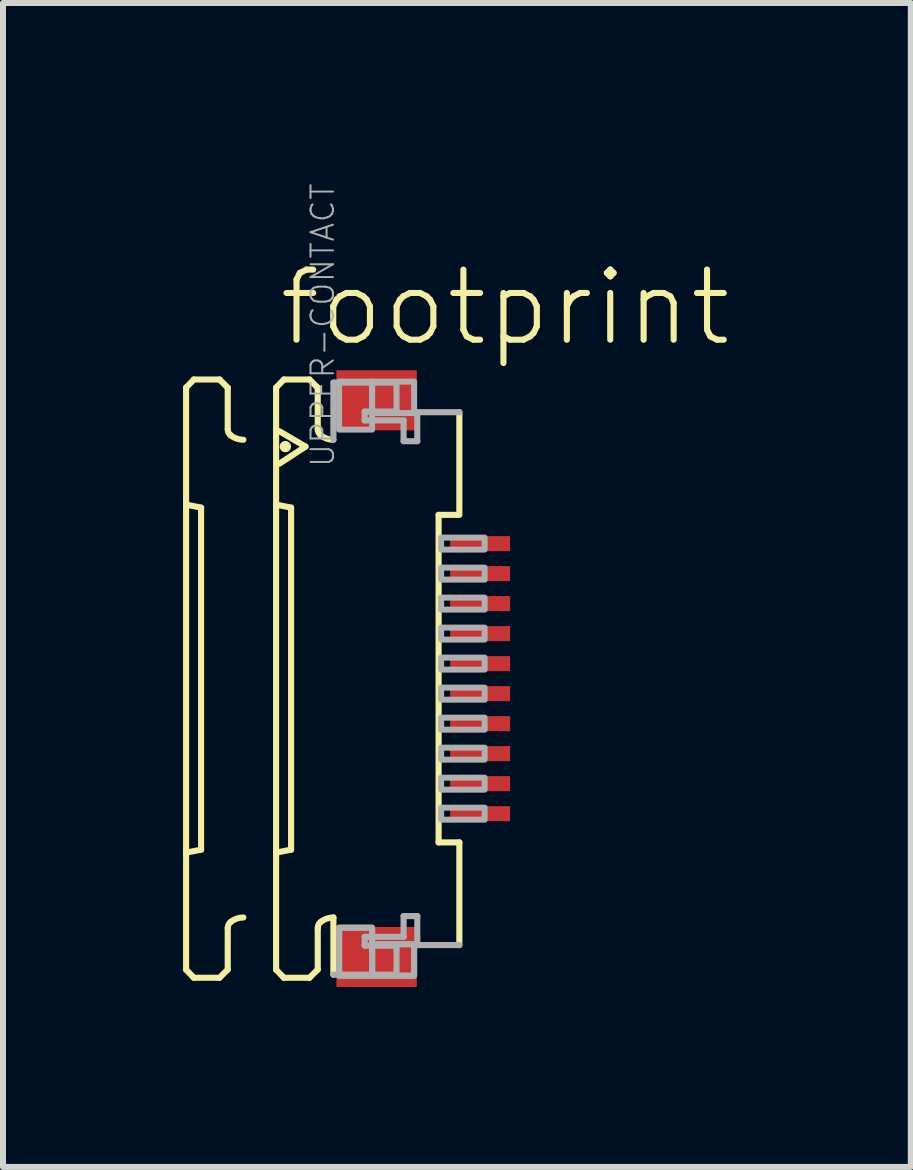
<source format=kicad_pcb>
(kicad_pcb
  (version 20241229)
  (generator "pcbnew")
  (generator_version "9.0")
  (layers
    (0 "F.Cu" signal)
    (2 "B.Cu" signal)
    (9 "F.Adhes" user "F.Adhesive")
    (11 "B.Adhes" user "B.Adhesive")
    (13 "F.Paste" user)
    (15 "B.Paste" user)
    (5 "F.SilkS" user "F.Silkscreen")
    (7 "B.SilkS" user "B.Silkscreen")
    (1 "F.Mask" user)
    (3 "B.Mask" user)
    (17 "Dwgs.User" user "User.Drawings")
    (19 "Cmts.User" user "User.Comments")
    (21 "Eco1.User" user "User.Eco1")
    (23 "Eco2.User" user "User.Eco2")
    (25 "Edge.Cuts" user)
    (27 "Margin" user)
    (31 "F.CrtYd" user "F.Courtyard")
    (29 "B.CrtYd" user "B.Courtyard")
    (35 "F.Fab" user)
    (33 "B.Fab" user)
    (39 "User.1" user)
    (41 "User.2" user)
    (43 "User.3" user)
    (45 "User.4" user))
  (footprint "footprint"
    (layer "F.Cu")
    (at 3.046 8.259)
    (property "Reference" "footprint" (at -1.5 -5.5 0) (layer "F.SilkS") (effects (font (size 1.168 1.168) (thickness 0.102)) (justify left bottom)))
    (fp_poly (pts (xy 1.355 -2.075) (xy 2.455 -2.075) (xy 2.455 -2.425) (xy 1.355 -2.425)) (stroke (width 0) (type solid)) (fill yes) (layer "F.Mask"))
    (fp_poly (pts (xy 1.355 -1.575) (xy 2.455 -1.575) (xy 2.455 -1.925) (xy 1.355 -1.925)) (stroke (width 0) (type solid)) (fill yes) (layer "F.Mask"))
    (fp_poly (pts (xy 1.355 -1.075) (xy 2.455 -1.075) (xy 2.455 -1.425) (xy 1.355 -1.425)) (stroke (width 0) (type solid)) (fill yes) (layer "F.Mask"))
    (fp_poly (pts (xy 1.355 -0.575) (xy 2.455 -0.575) (xy 2.455 -0.925) (xy 1.355 -0.925)) (stroke (width 0) (type solid)) (fill yes) (layer "F.Mask"))
    (fp_poly (pts (xy 1.355 -0.075) (xy 2.455 -0.075) (xy 2.455 -0.425) (xy 1.355 -0.425)) (stroke (width 0) (type solid)) (fill yes) (layer "F.Mask"))
    (fp_poly (pts (xy 1.355 0.425) (xy 2.455 0.425) (xy 2.455 0.075) (xy 1.355 0.075)) (stroke (width 0) (type solid)) (fill yes) (layer "F.Mask"))
    (fp_poly (pts (xy 1.355 0.925) (xy 2.455 0.925) (xy 2.455 0.575) (xy 1.355 0.575)) (stroke (width 0) (type solid)) (fill yes) (layer "F.Mask"))
    (fp_poly (pts (xy 1.355 1.425) (xy 2.455 1.425) (xy 2.455 1.075) (xy 1.355 1.075)) (stroke (width 0) (type solid)) (fill yes) (layer "F.Mask"))
    (fp_poly (pts (xy 1.355 1.925) (xy 2.455 1.925) (xy 2.455 1.575) (xy 1.355 1.575)) (stroke (width 0) (type solid)) (fill yes) (layer "F.Mask"))
    (fp_poly (pts (xy 1.355 2.425) (xy 2.455 2.425) (xy 2.455 2.075) (xy 1.355 2.075)) (stroke (width 0) (type solid)) (fill yes) (layer "F.Mask"))
    (fp_line (start -2.995 -4.85) (end -2.865 -4.985) (stroke (width 0.102) (type solid)) (layer "F.SilkS"))
    (fp_line (start -2.995 -2.9) (end -2.745 -2.85) (stroke (width 0.102) (type solid)) (layer "F.SilkS"))
    (fp_line (start -2.995 4.85) (end -2.995 -4.85) (stroke (width 0.102) (type solid)) (layer "F.SilkS"))
    (fp_line (start -2.995 4.85) (end -2.865 4.985) (stroke (width 0.102) (type solid)) (layer "F.SilkS"))
    (fp_line (start -2.865 -4.985) (end -2.438 -4.985) (stroke (width 0.102) (type solid)) (layer "F.SilkS"))
    (fp_line (start -2.865 4.985) (end -2.438 4.985) (stroke (width 0.102) (type solid)) (layer "F.SilkS"))
    (fp_line (start -2.745 2.85) (end -2.995 2.9) (stroke (width 0.102) (type solid)) (layer "F.SilkS"))
    (fp_line (start -2.745 2.85) (end -2.745 -2.85) (stroke (width 0.102) (type solid)) (layer "F.SilkS"))
    (fp_line (start -2.438 -4.985) (end -2.301 -4.848) (stroke (width 0.102) (type solid)) (layer "F.SilkS"))
    (fp_line (start -2.438 4.985) (end -2.301 4.848) (stroke (width 0.102) (type solid)) (layer "F.SilkS"))
    (fp_line (start -2.301 -4.848) (end -2.301 -4.156) (stroke (width 0.102) (type solid)) (layer "F.SilkS"))
    (fp_line (start -2.301 4.848) (end -2.301 4.156) (stroke (width 0.102) (type solid)) (layer "F.SilkS"))
    (fp_line (start -1.495 -4.85) (end -1.365 -4.985) (stroke (width 0.102) (type solid)) (layer "F.SilkS"))
    (fp_line (start -1.495 -2.9) (end -1.245 -2.85) (stroke (width 0.102) (type solid)) (layer "F.SilkS"))
    (fp_line (start -1.495 4.85) (end -1.495 -4.85) (stroke (width 0.102) (type solid)) (layer "F.SilkS"))
    (fp_line (start -1.495 4.85) (end -1.365 4.985) (stroke (width 0.102) (type solid)) (layer "F.SilkS"))
    (fp_line (start -1.441 -4.123) (end -1.005 -3.867) (stroke (width 0.102) (type solid)) (layer "F.SilkS"))
    (fp_line (start -1.365 -4.985) (end -0.939 -4.985) (stroke (width 0.102) (type solid)) (layer "F.SilkS"))
    (fp_line (start -1.365 4.985) (end -0.939 4.985) (stroke (width 0.102) (type solid)) (layer "F.SilkS"))
    (fp_line (start -1.245 2.85) (end -1.495 2.9) (stroke (width 0.102) (type solid)) (layer "F.SilkS"))
    (fp_line (start -1.245 2.85) (end -1.245 -2.85) (stroke (width 0.102) (type solid)) (layer "F.SilkS"))
    (fp_line (start -1.005 -3.867) (end -1.441 -3.582) (stroke (width 0.102) (type solid)) (layer "F.SilkS"))
    (fp_line (start -0.939 -4.985) (end -0.801 -4.848) (stroke (width 0.102) (type solid)) (layer "F.SilkS"))
    (fp_line (start -0.939 4.985) (end -0.801 4.848) (stroke (width 0.102) (type solid)) (layer "F.SilkS"))
    (fp_line (start -0.801 -4.848) (end -0.801 -4.156) (stroke (width 0.102) (type solid)) (layer "F.SilkS"))
    (fp_line (start -0.801 4.848) (end -0.801 4.156) (stroke (width 0.102) (type solid)) (layer "F.SilkS"))
    (fp_line (start -0.54 3.98) (end -0.54 4.933) (stroke (width 0.102) (type solid)) (layer "F.SilkS"))
    (fp_line (start 1.213 2.729) (end 1.213 -2.729) (stroke (width 0.102) (type solid)) (layer "F.SilkS"))
    (fp_line (start 1.538 -2.729) (end 1.213 -2.729) (stroke (width 0.102) (type solid)) (layer "F.SilkS"))
    (fp_line (start 1.559 -4.44) (end 1.559 -2.729) (stroke (width 0.102) (type solid)) (layer "F.SilkS"))
    (fp_line (start 1.559 2.729) (end 1.213 2.729) (stroke (width 0.102) (type solid)) (layer "F.SilkS"))
    (fp_line (start 1.559 4.44) (end 1.559 2.729) (stroke (width 0.102) (type solid)) (layer "F.SilkS"))
    (fp_arc (start -2.301 4.1557) (mid -2.288538 4.100596) (end -2.2536 4.056199) (stroke (width 0.1016) (type solid)) (layer "F.SilkS"))
    (fp_arc (start -2.2536 -4.056199) (mid -2.288538 -4.100596) (end -2.301 -4.1557) (stroke (width 0.1016) (type solid)) (layer "F.SilkS"))
    (fp_arc (start -2.2536 4.0562) (mid -2.153476 3.999935) (end -2.0403 3.980399) (stroke (width 0.1016) (type solid)) (layer "F.SilkS"))
    (fp_arc (start -2.0403 -3.980399) (mid -2.153476 -3.999935) (end -2.2536 -4.0562) (stroke (width 0.1016) (type solid)) (layer "F.SilkS"))
    (fp_arc (start -0.801 4.1557) (mid -0.788538 4.100596) (end -0.7536 4.056199) (stroke (width 0.1016) (type solid)) (layer "F.SilkS"))
    (fp_arc (start -0.7536 -4.056199) (mid -0.788538 -4.100596) (end -0.801 -4.1557) (stroke (width 0.1016) (type solid)) (layer "F.SilkS"))
    (fp_arc (start -0.7536 4.0562) (mid -0.653476 3.999935) (end -0.5403 3.980399) (stroke (width 0.1016) (type solid)) (layer "F.SilkS"))
    (fp_arc (start -0.5403 -3.980399) (mid -0.653476 -3.999935) (end -0.7536 -4.0562) (stroke (width 0.1016) (type solid)) (layer "F.SilkS"))
    (fp_circle (center -1.341 -3.867) (end -1.294 -3.867) (stroke (width 0.095) (type solid)) (fill yes) (layer "F.SilkS"))
    (fp_line (start -0.54 -4.933) (end 0.512 -4.933) (stroke (width 0.102) (type solid)) (layer "F.Fab"))
    (fp_line (start -0.54 -3.98) (end -0.54 -4.933) (stroke (width 0.102) (type solid)) (layer "F.Fab"))
    (fp_line (start -0.54 4.933) (end 0.512 4.933) (stroke (width 0.102) (type solid)) (layer "F.Fab"))
    (fp_line (start -0.019 -4.45) (end -0.019 -4.303) (stroke (width 0.102) (type solid)) (layer "F.Fab"))
    (fp_line (start -0.019 -4.303) (end 0.63 -4.303) (stroke (width 0.102) (type solid)) (layer "F.Fab"))
    (fp_line (start -0.019 4.303) (end 0.63 4.303) (stroke (width 0.102) (type solid)) (layer "F.Fab"))
    (fp_line (start -0.019 4.45) (end -0.019 4.303) (stroke (width 0.102) (type solid)) (layer "F.Fab"))
    (fp_line (start 0.512 -4.933) (end 0.512 -4.45) (stroke (width 0.102) (type solid)) (layer "F.Fab"))
    (fp_line (start 0.512 -4.45) (end -0.019 -4.45) (stroke (width 0.102) (type solid)) (layer "F.Fab"))
    (fp_line (start 0.512 4.45) (end -0.019 4.45) (stroke (width 0.102) (type solid)) (layer "F.Fab"))
    (fp_line (start 0.512 4.933) (end 0.512 4.45) (stroke (width 0.102) (type solid)) (layer "F.Fab"))
    (fp_line (start 0.63 -4.303) (end 0.63 -3.957) (stroke (width 0.102) (type solid)) (layer "F.Fab"))
    (fp_line (start 0.63 -3.957) (end 0.858 -3.957) (stroke (width 0.102) (type solid)) (layer "F.Fab"))
    (fp_line (start 0.63 3.957) (end 0.858 3.957) (stroke (width 0.102) (type solid)) (layer "F.Fab"))
    (fp_line (start 0.63 4.303) (end 0.63 3.957) (stroke (width 0.102) (type solid)) (layer "F.Fab"))
    (fp_line (start 0.858 -4.44) (end 1.559 -4.44) (stroke (width 0.102) (type solid)) (layer "F.Fab"))
    (fp_line (start 0.858 -3.957) (end 0.858 -4.44) (stroke (width 0.102) (type solid)) (layer "F.Fab"))
    (fp_line (start 0.858 3.957) (end 0.858 4.44) (stroke (width 0.102) (type solid)) (layer "F.Fab"))
    (fp_line (start 0.858 4.44) (end 1.559 4.44) (stroke (width 0.102) (type solid)) (layer "F.Fab"))
    (fp_poly (pts (xy -0.445 -4.15) (xy 0.105 -4.15) (xy 0.105 -4.95) (xy -0.445 -4.95)) (stroke (width 0.1) (type solid)) (fill no) (layer "F.Fab"))
    (fp_poly (pts (xy -0.445 4.95) (xy 0.105 4.95) (xy 0.105 4.15) (xy -0.445 4.15)) (stroke (width 0.1) (type solid)) (fill no) (layer "F.Fab"))
    (fp_poly (pts (xy -0.445 4.95) (xy 0.105 4.95) (xy 0.105 4.15) (xy -0.445 4.15)) (stroke (width 0.1) (type solid)) (fill no) (layer "F.Fab"))
    (fp_poly (pts (xy 0.105 -4.425) (xy 0.805 -4.425) (xy 0.805 -4.95) (xy 0.105 -4.95)) (stroke (width 0.1) (type solid)) (fill no) (layer "F.Fab"))
    (fp_poly (pts (xy 0.105 4.95) (xy 0.805 4.95) (xy 0.805 4.425) (xy 0.105 4.425)) (stroke (width 0.1) (type solid)) (fill no) (layer "F.Fab"))
    (fp_poly (pts (xy 0.105 4.95) (xy 0.805 4.95) (xy 0.805 4.425) (xy 0.105 4.425)) (stroke (width 0.1) (type solid)) (fill no) (layer "F.Fab"))
    (fp_poly (pts (xy 1.255 -2.15) (xy 1.98 -2.15) (xy 1.98 -2.35) (xy 1.255 -2.35)) (stroke (width 0.1) (type solid)) (fill no) (layer "F.Fab"))
    (fp_poly (pts (xy 1.255 -1.65) (xy 1.98 -1.65) (xy 1.98 -1.85) (xy 1.255 -1.85)) (stroke (width 0.1) (type solid)) (fill no) (layer "F.Fab"))
    (fp_poly (pts (xy 1.255 -1.15) (xy 1.98 -1.15) (xy 1.98 -1.35) (xy 1.255 -1.35)) (stroke (width 0.1) (type solid)) (fill no) (layer "F.Fab"))
    (fp_poly (pts (xy 1.255 -0.65) (xy 1.98 -0.65) (xy 1.98 -0.85) (xy 1.255 -0.85)) (stroke (width 0.1) (type solid)) (fill no) (layer "F.Fab"))
    (fp_poly (pts (xy 1.255 -0.15) (xy 1.98 -0.15) (xy 1.98 -0.35) (xy 1.255 -0.35)) (stroke (width 0.1) (type solid)) (fill no) (layer "F.Fab"))
    (fp_poly (pts (xy 1.255 0.35) (xy 1.98 0.35) (xy 1.98 0.15) (xy 1.255 0.15)) (stroke (width 0.1) (type solid)) (fill no) (layer "F.Fab"))
    (fp_poly (pts (xy 1.255 0.85) (xy 1.98 0.85) (xy 1.98 0.65) (xy 1.255 0.65)) (stroke (width 0.1) (type solid)) (fill no) (layer "F.Fab"))
    (fp_poly (pts (xy 1.255 1.35) (xy 1.98 1.35) (xy 1.98 1.15) (xy 1.255 1.15)) (stroke (width 0.1) (type solid)) (fill no) (layer "F.Fab"))
    (fp_poly (pts (xy 1.255 1.85) (xy 1.98 1.85) (xy 1.98 1.65) (xy 1.255 1.65)) (stroke (width 0.1) (type solid)) (fill no) (layer "F.Fab"))
    (fp_poly (pts (xy 1.255 2.35) (xy 1.98 2.35) (xy 1.98 2.15) (xy 1.255 2.15)) (stroke (width 0.1) (type solid)) (fill no) (layer "F.Fab"))
    (fp_text user "UPPER-CONTACT" (at -0.5 -3.5 270) (layer "F.Fab") (effects (font (size 0.374 0.374) (thickness 0.033)) (justify left bottom)))
    (pad "1" smd rect (at 1.905 -2.25) (size 1 0.25) (layers "F.Cu" "F.Paste"))
    (pad "2" smd rect (at 1.905 -1.75) (size 1 0.25) (layers "F.Cu" "F.Paste"))
    (pad "3" smd rect (at 1.905 -1.25) (size 1 0.25) (layers "F.Cu" "F.Paste"))
    (pad "4" smd rect (at 1.905 -0.75) (size 1 0.25) (layers "F.Cu" "F.Paste"))
    (pad "5" smd rect (at 1.905 -0.25) (size 1 0.25) (layers "F.Cu" "F.Paste"))
    (pad "6" smd rect (at 1.905 0.25) (size 1 0.25) (layers "F.Cu" "F.Paste"))
    (pad "7" smd rect (at 1.905 0.75) (size 1 0.25) (layers "F.Cu" "F.Paste"))
    (pad "8" smd rect (at 1.905 1.25) (size 1 0.25) (layers "F.Cu" "F.Paste"))
    (pad "9" smd rect (at 1.905 1.75) (size 1 0.25) (layers "F.Cu" "F.Paste"))
    (pad "10" smd rect (at 1.905 2.25) (size 1 0.25) (layers "F.Cu" "F.Paste"))
    (pad "M1" smd rect (at 0.18 -4.638) (size 1.34 1) (layers "F.Cu" "F.Mask" "F.Paste"))
    (pad "M2" smd rect (at 0.18 4.638) (size 1.34 1) (layers "F.Cu" "F.Mask" "F.Paste")))
  (gr_rect
    (start -3 -3)
    (end 12.128 16.396)
    (stroke (width 0.1) (type default))
    (fill no)
    (layer "Edge.Cuts")))
</source>
